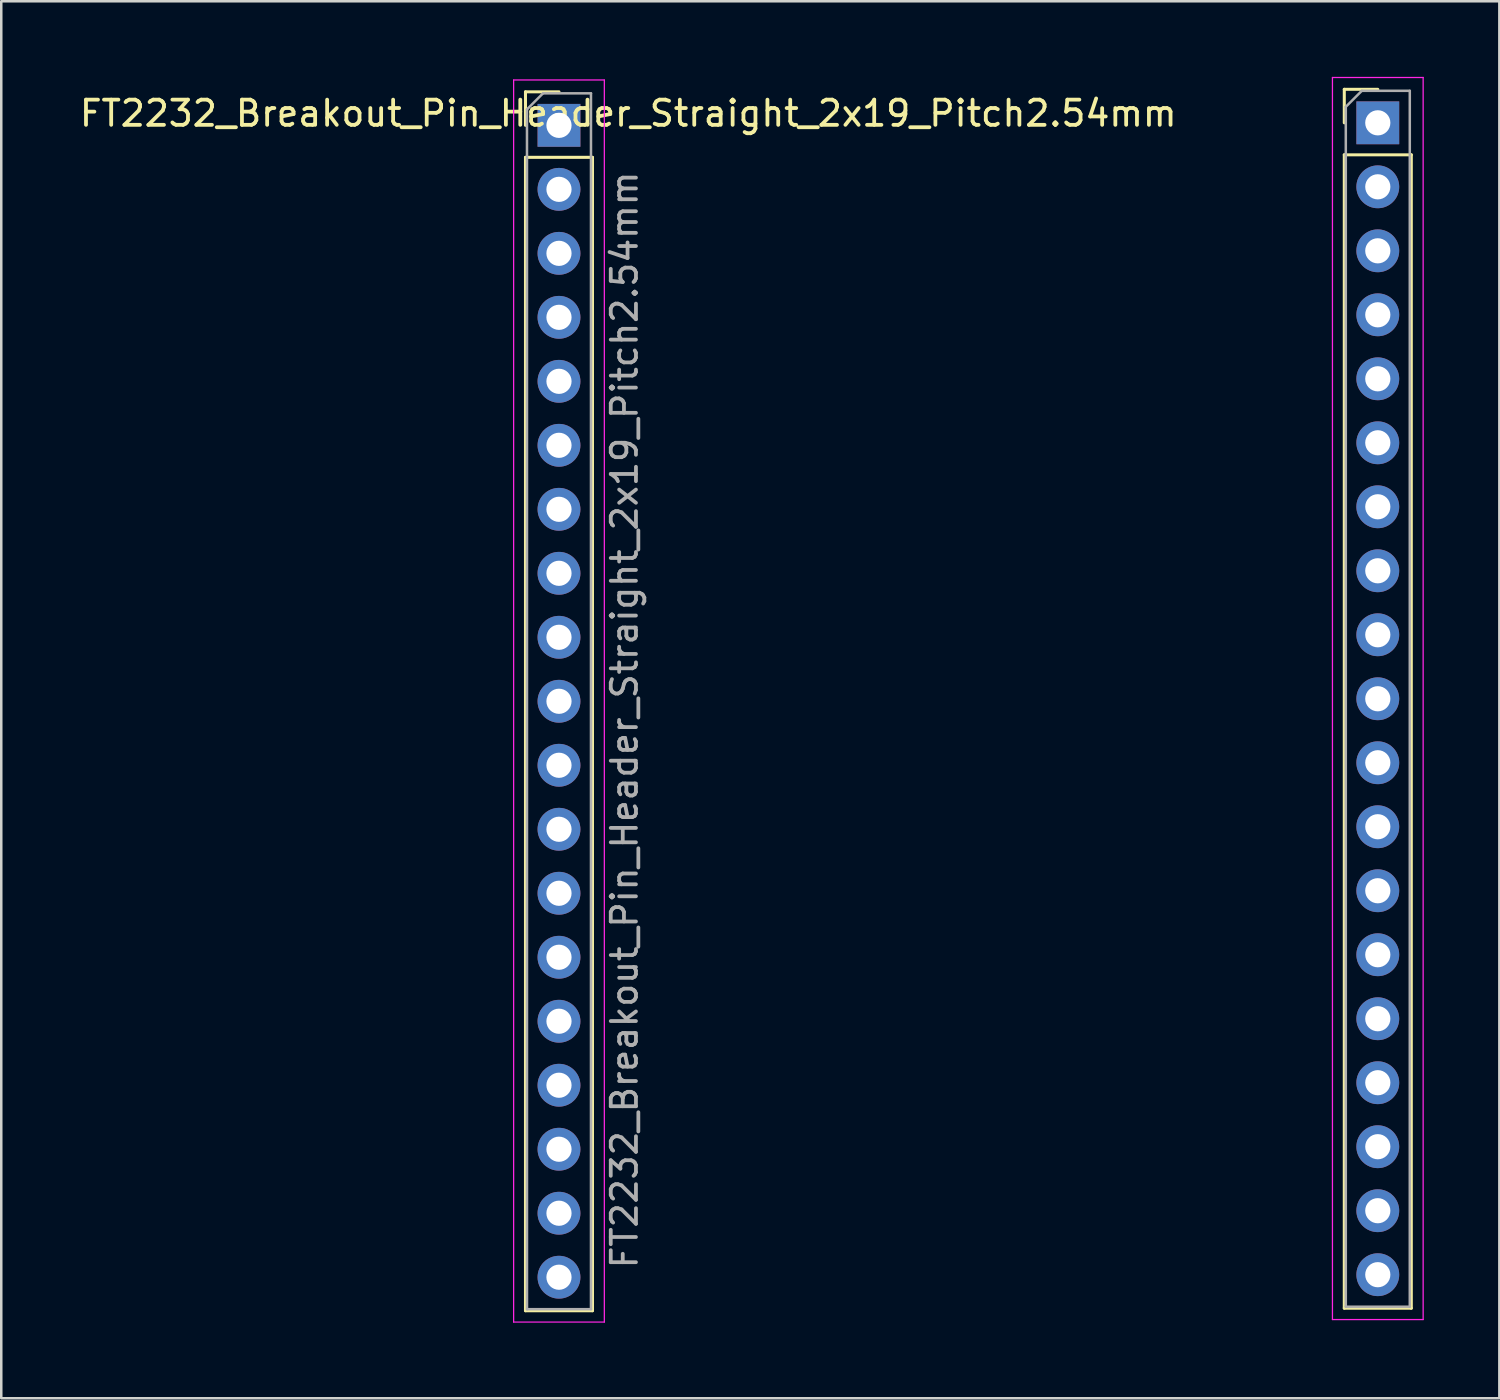
<source format=kicad_pcb>
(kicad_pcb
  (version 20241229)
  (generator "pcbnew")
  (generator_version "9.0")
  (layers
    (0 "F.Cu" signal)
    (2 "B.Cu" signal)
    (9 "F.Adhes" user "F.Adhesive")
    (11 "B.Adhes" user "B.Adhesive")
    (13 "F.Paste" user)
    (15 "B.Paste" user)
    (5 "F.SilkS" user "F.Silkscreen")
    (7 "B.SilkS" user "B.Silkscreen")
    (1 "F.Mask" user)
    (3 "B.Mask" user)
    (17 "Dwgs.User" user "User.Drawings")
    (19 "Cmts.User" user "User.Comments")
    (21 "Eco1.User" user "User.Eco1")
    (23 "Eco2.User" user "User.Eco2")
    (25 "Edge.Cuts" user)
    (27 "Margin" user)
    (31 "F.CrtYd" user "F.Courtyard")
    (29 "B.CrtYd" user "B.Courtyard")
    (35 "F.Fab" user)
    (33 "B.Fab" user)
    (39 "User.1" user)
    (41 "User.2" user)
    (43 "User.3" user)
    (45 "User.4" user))
  (footprint "FT2232_Breakout_Pin_Header_Straight_2x19_Pitch2.54mm"
    (layer "F.Cu")
    (at 19.137 1.925)
    (property "Reference" "FT2232_Breakout_Pin_Header_Straight_2x19_Pitch2.54mm" (at 2.75 -0.475 0) (layer "F.SilkS") (effects (font (size 1 1) (thickness 0.15))))
    (attr through_hole)
    (fp_line (start -1.33 -1.33) (end 0 -1.33) (stroke (width 0.12) (type solid)) (layer "F.SilkS"))
    (fp_line (start -1.33 0) (end -1.33 -1.33) (stroke (width 0.12) (type solid)) (layer "F.SilkS"))
    (fp_line (start -1.33 1.27) (end -1.33 47.05) (stroke (width 0.12) (type solid)) (layer "F.SilkS"))
    (fp_line (start -1.33 1.27) (end 1.33 1.27) (stroke (width 0.12) (type solid)) (layer "F.SilkS"))
    (fp_line (start -1.33 47.05) (end 1.33 47.05) (stroke (width 0.12) (type solid)) (layer "F.SilkS"))
    (fp_line (start 1.33 1.27) (end 1.33 47.05) (stroke (width 0.12) (type solid)) (layer "F.SilkS"))
    (fp_line (start 31.17 -1.43) (end 32.5 -1.43) (stroke (width 0.12) (type solid)) (layer "F.SilkS"))
    (fp_line (start 31.17 -0.1) (end 31.17 -1.43) (stroke (width 0.12) (type solid)) (layer "F.SilkS"))
    (fp_line (start 31.17 1.17) (end 31.17 46.95) (stroke (width 0.12) (type solid)) (layer "F.SilkS"))
    (fp_line (start 31.17 1.17) (end 33.83 1.17) (stroke (width 0.12) (type solid)) (layer "F.SilkS"))
    (fp_line (start 31.17 46.95) (end 33.83 46.95) (stroke (width 0.12) (type solid)) (layer "F.SilkS"))
    (fp_line (start 33.83 1.17) (end 33.83 46.95) (stroke (width 0.12) (type solid)) (layer "F.SilkS"))
    (fp_line (start -1.8 -1.8) (end -1.8 47.5) (stroke (width 0.05) (type solid)) (layer "F.CrtYd"))
    (fp_line (start -1.8 47.5) (end 1.8 47.5) (stroke (width 0.05) (type solid)) (layer "F.CrtYd"))
    (fp_line (start 1.8 -1.8) (end -1.8 -1.8) (stroke (width 0.05) (type solid)) (layer "F.CrtYd"))
    (fp_line (start 1.8 47.5) (end 1.8 -1.8) (stroke (width 0.05) (type solid)) (layer "F.CrtYd"))
    (fp_line (start 30.7 -1.9) (end 30.7 47.4) (stroke (width 0.05) (type solid)) (layer "F.CrtYd"))
    (fp_line (start 30.7 47.4) (end 34.3 47.4) (stroke (width 0.05) (type solid)) (layer "F.CrtYd"))
    (fp_line (start 34.3 -1.9) (end 30.7 -1.9) (stroke (width 0.05) (type solid)) (layer "F.CrtYd"))
    (fp_line (start 34.3 47.4) (end 34.3 -1.9) (stroke (width 0.05) (type solid)) (layer "F.CrtYd"))
    (fp_line (start -1.27 -0.635) (end -0.635 -1.27) (stroke (width 0.1) (type solid)) (layer "F.Fab"))
    (fp_line (start -1.27 46.99) (end -1.27 -0.635) (stroke (width 0.1) (type solid)) (layer "F.Fab"))
    (fp_line (start -0.635 -1.27) (end 1.27 -1.27) (stroke (width 0.1) (type solid)) (layer "F.Fab"))
    (fp_line (start 1.27 -1.27) (end 1.27 46.99) (stroke (width 0.1) (type solid)) (layer "F.Fab"))
    (fp_line (start 1.27 46.99) (end -1.27 46.99) (stroke (width 0.1) (type solid)) (layer "F.Fab"))
    (fp_line (start 31.23 -0.735) (end 31.865 -1.37) (stroke (width 0.1) (type solid)) (layer "F.Fab"))
    (fp_line (start 31.23 46.89) (end 31.23 -0.735) (stroke (width 0.1) (type solid)) (layer "F.Fab"))
    (fp_line (start 31.865 -1.37) (end 33.77 -1.37) (stroke (width 0.1) (type solid)) (layer "F.Fab"))
    (fp_line (start 33.77 -1.37) (end 33.77 46.89) (stroke (width 0.1) (type solid)) (layer "F.Fab"))
    (fp_line (start 33.77 46.89) (end 31.23 46.89) (stroke (width 0.1) (type solid)) (layer "F.Fab"))
    (fp_text user "${REFERENCE}" (at 2.6 23.6 90) (layer "F.Fab") (effects (font (size 1 1) (thickness 0.15))))
    (pad "1" thru_hole rect (at 0 0) (size 1.7 1.7) (drill 1) (layers "*.Cu" "*.Mask"))
    (pad "2" thru_hole oval (at 0 2.54) (size 1.7 1.7) (drill 1) (layers "*.Cu" "*.Mask"))
    (pad "3" thru_hole oval (at 0 5.08) (size 1.7 1.7) (drill 1) (layers "*.Cu" "*.Mask"))
    (pad "4" thru_hole oval (at 0 7.62) (size 1.7 1.7) (drill 1) (layers "*.Cu" "*.Mask"))
    (pad "5" thru_hole oval (at 0 10.16) (size 1.7 1.7) (drill 1) (layers "*.Cu" "*.Mask"))
    (pad "6" thru_hole oval (at 0 12.7) (size 1.7 1.7) (drill 1) (layers "*.Cu" "*.Mask"))
    (pad "7" thru_hole oval (at 0 15.24) (size 1.7 1.7) (drill 1) (layers "*.Cu" "*.Mask"))
    (pad "8" thru_hole oval (at 0 17.78) (size 1.7 1.7) (drill 1) (layers "*.Cu" "*.Mask"))
    (pad "9" thru_hole oval (at 0 20.32) (size 1.7 1.7) (drill 1) (layers "*.Cu" "*.Mask"))
    (pad "10" thru_hole oval (at 0 22.86) (size 1.7 1.7) (drill 1) (layers "*.Cu" "*.Mask"))
    (pad "11" thru_hole oval (at 0 25.4) (size 1.7 1.7) (drill 1) (layers "*.Cu" "*.Mask"))
    (pad "12" thru_hole oval (at 0 27.94) (size 1.7 1.7) (drill 1) (layers "*.Cu" "*.Mask"))
    (pad "13" thru_hole oval (at 0 30.48) (size 1.7 1.7) (drill 1) (layers "*.Cu" "*.Mask"))
    (pad "14" thru_hole oval (at 0 33.02) (size 1.7 1.7) (drill 1) (layers "*.Cu" "*.Mask"))
    (pad "15" thru_hole oval (at 0 35.56) (size 1.7 1.7) (drill 1) (layers "*.Cu" "*.Mask"))
    (pad "16" thru_hole oval (at 0 38.1) (size 1.7 1.7) (drill 1) (layers "*.Cu" "*.Mask"))
    (pad "17" thru_hole oval (at 0 40.64) (size 1.7 1.7) (drill 1) (layers "*.Cu" "*.Mask"))
    (pad "18" thru_hole oval (at 0 43.18) (size 1.7 1.7) (drill 1) (layers "*.Cu" "*.Mask"))
    (pad "19" thru_hole oval (at 0 45.72) (size 1.7 1.7) (drill 1) (layers "*.Cu" "*.Mask"))
    (pad "20" thru_hole oval (at 32.5 45.62) (size 1.7 1.7) (drill 1) (layers "*.Cu" "*.Mask"))
    (pad "21" thru_hole oval (at 32.5 43.08) (size 1.7 1.7) (drill 1) (layers "*.Cu" "*.Mask"))
    (pad "22" thru_hole oval (at 32.5 40.54) (size 1.7 1.7) (drill 1) (layers "*.Cu" "*.Mask"))
    (pad "23" thru_hole oval (at 32.5 38) (size 1.7 1.7) (drill 1) (layers "*.Cu" "*.Mask"))
    (pad "24" thru_hole oval (at 32.5 35.46) (size 1.7 1.7) (drill 1) (layers "*.Cu" "*.Mask"))
    (pad "25" thru_hole oval (at 32.5 32.92) (size 1.7 1.7) (drill 1) (layers "*.Cu" "*.Mask"))
    (pad "26" thru_hole oval (at 32.5 30.38) (size 1.7 1.7) (drill 1) (layers "*.Cu" "*.Mask"))
    (pad "27" thru_hole oval (at 32.5 27.84) (size 1.7 1.7) (drill 1) (layers "*.Cu" "*.Mask"))
    (pad "28" thru_hole oval (at 32.5 25.3) (size 1.7 1.7) (drill 1) (layers "*.Cu" "*.Mask"))
    (pad "29" thru_hole oval (at 32.5 22.76) (size 1.7 1.7) (drill 1) (layers "*.Cu" "*.Mask"))
    (pad "30" thru_hole oval (at 32.5 20.22) (size 1.7 1.7) (drill 1) (layers "*.Cu" "*.Mask"))
    (pad "31" thru_hole oval (at 32.5 17.68) (size 1.7 1.7) (drill 1) (layers "*.Cu" "*.Mask"))
    (pad "32" thru_hole oval (at 32.5 15.14) (size 1.7 1.7) (drill 1) (layers "*.Cu" "*.Mask"))
    (pad "33" thru_hole oval (at 32.5 12.6) (size 1.7 1.7) (drill 1) (layers "*.Cu" "*.Mask"))
    (pad "34" thru_hole oval (at 32.5 10.06) (size 1.7 1.7) (drill 1) (layers "*.Cu" "*.Mask"))
    (pad "35" thru_hole oval (at 32.5 7.52) (size 1.7 1.7) (drill 1) (layers "*.Cu" "*.Mask"))
    (pad "36" thru_hole oval (at 32.5 4.98) (size 1.7 1.7) (drill 1) (layers "*.Cu" "*.Mask"))
    (pad "37" thru_hole oval (at 32.5 2.44) (size 1.7 1.7) (drill 1) (layers "*.Cu" "*.Mask"))
    (pad "38" thru_hole rect (at 32.5 -0.1) (size 1.7 1.7) (drill 1) (layers "*.Cu" "*.Mask")))
  (gr_rect
    (start -3 -3)
    (end 56.462 52.45)
    (stroke (width 0.1) (type default))
    (fill no)
    (layer "Edge.Cuts")))
</source>
